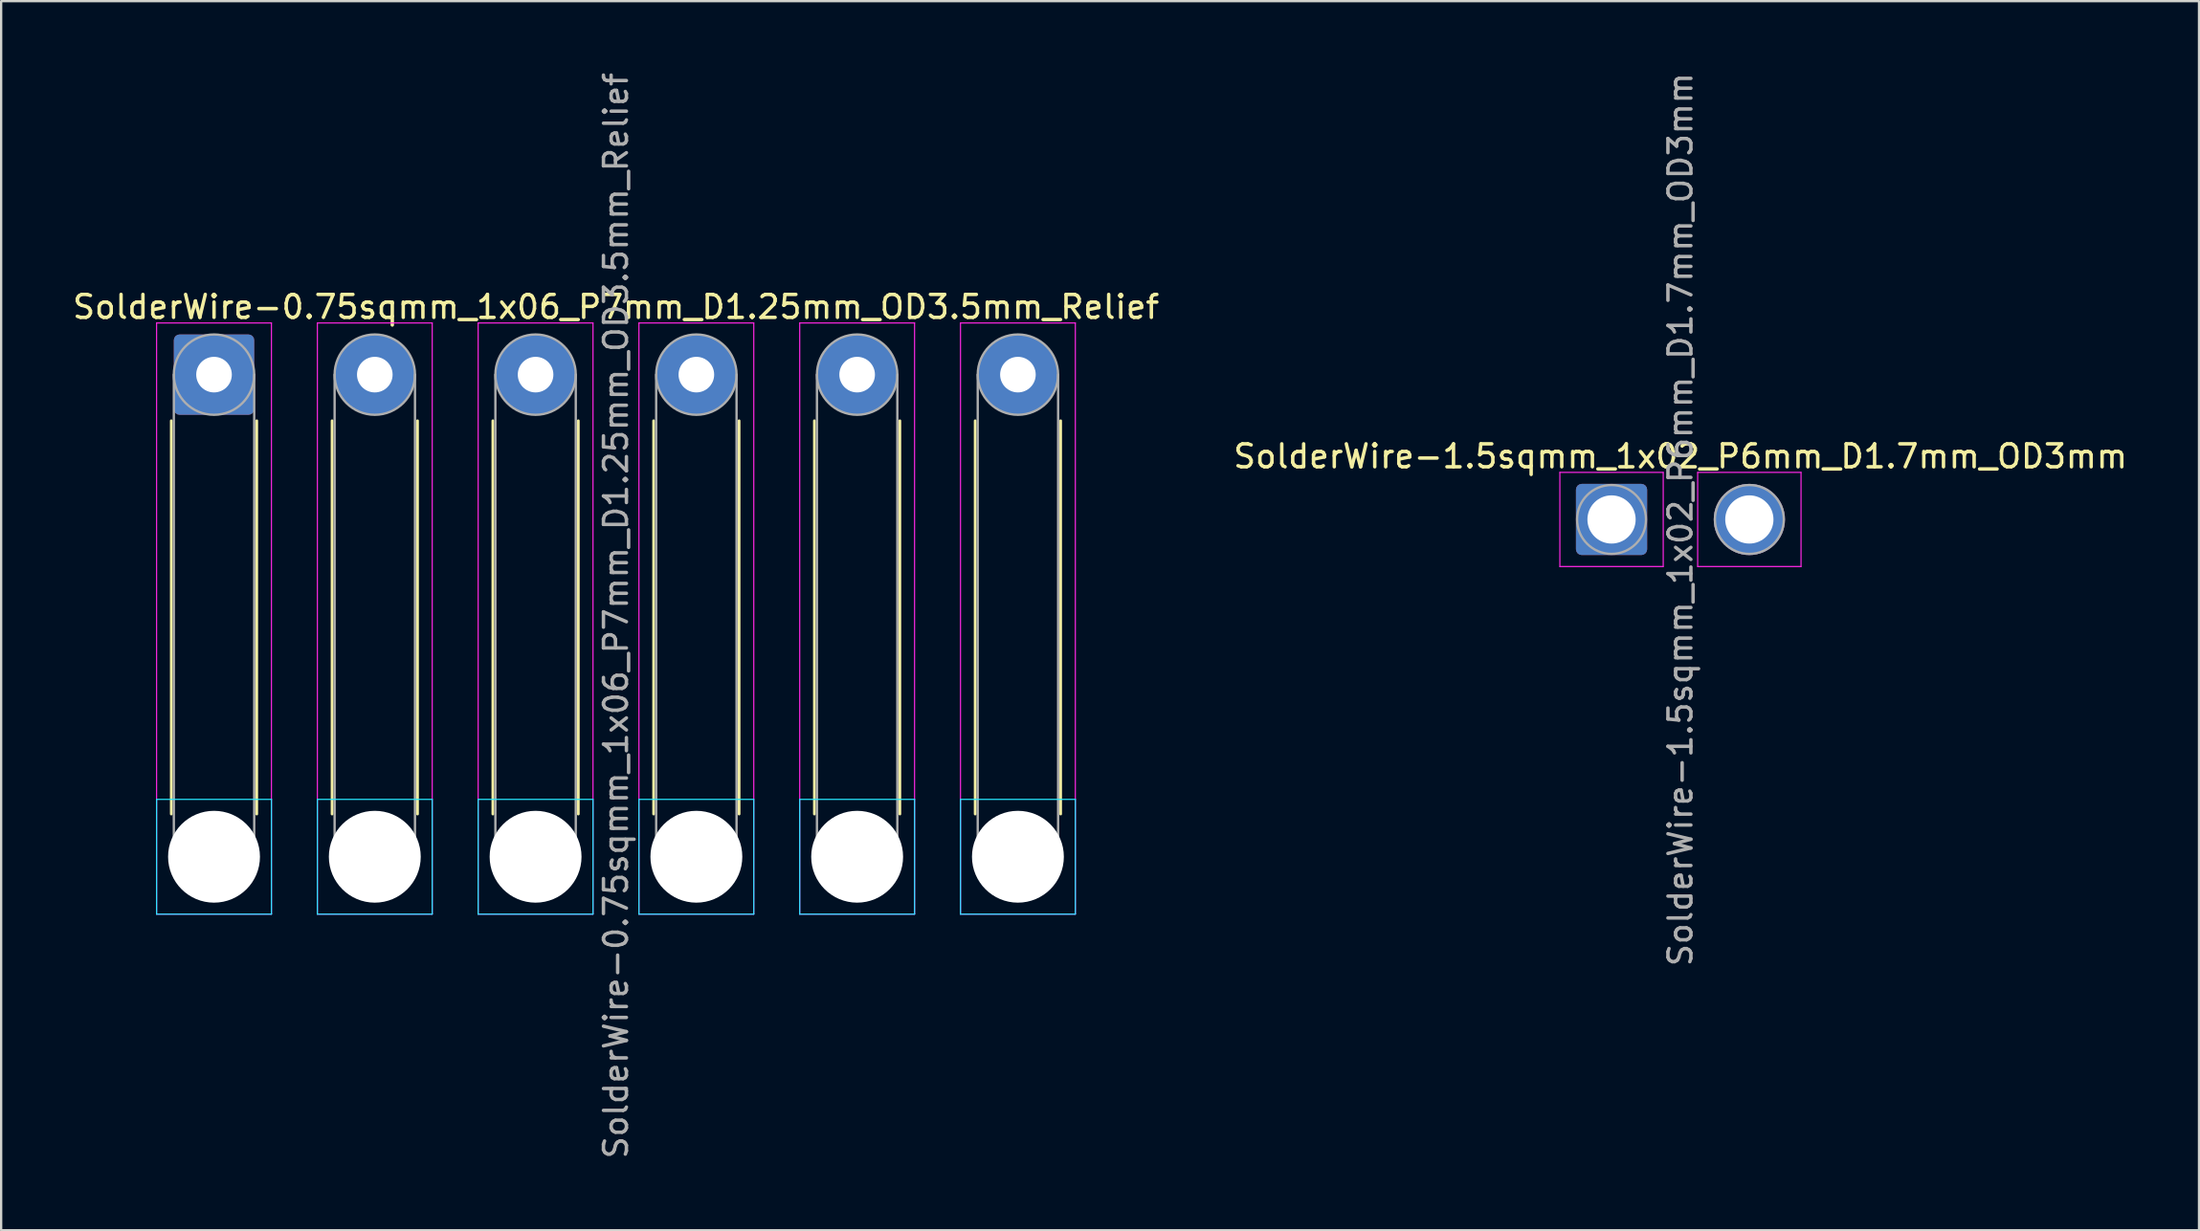
<source format=kicad_pcb>
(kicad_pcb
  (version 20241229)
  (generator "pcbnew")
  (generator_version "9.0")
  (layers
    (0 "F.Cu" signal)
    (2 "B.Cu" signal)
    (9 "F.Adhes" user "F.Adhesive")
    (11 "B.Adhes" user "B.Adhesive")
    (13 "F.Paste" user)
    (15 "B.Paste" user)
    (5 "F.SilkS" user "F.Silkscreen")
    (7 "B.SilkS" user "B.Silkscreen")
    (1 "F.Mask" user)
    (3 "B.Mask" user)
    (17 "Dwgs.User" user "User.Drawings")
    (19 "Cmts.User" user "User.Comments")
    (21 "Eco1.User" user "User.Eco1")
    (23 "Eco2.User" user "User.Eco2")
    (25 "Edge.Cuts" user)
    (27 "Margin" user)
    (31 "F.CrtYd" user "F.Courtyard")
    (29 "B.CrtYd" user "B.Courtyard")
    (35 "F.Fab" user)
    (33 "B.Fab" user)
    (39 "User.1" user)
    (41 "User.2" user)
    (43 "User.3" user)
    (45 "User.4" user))
  (footprint "SolderWire-0.75sqmm_1x06_P7mm_D1.25mm_OD3.5mm_Relief"
    (layer "F.Cu")
    (at 6.268 13.268)
    (property "Reference" "SolderWire-0.75sqmm_1x06_P7mm_D1.25mm_OD3.5mm_Relief" (at 17.5 -2.95 0) (layer "F.SilkS") (effects (font (size 1 1) (thickness 0.15))))
    (attr exclude_from_pos_files exclude_from_bom)
    (fp_line (start -1.86 2.01) (end -1.86 19.14) (stroke (width 0.12) (type solid)) (layer "F.SilkS"))
    (fp_line (start 1.86 2.01) (end 1.86 19.14) (stroke (width 0.12) (type solid)) (layer "F.SilkS"))
    (fp_line (start 5.14 2.01) (end 5.14 19.14) (stroke (width 0.12) (type solid)) (layer "F.SilkS"))
    (fp_line (start 8.86 2.01) (end 8.86 19.14) (stroke (width 0.12) (type solid)) (layer "F.SilkS"))
    (fp_line (start 12.14 2.01) (end 12.14 19.14) (stroke (width 0.12) (type solid)) (layer "F.SilkS"))
    (fp_line (start 15.86 2.01) (end 15.86 19.14) (stroke (width 0.12) (type solid)) (layer "F.SilkS"))
    (fp_line (start 19.14 2.01) (end 19.14 19.14) (stroke (width 0.12) (type solid)) (layer "F.SilkS"))
    (fp_line (start 22.86 2.01) (end 22.86 19.14) (stroke (width 0.12) (type solid)) (layer "F.SilkS"))
    (fp_line (start 26.14 2.01) (end 26.14 19.14) (stroke (width 0.12) (type solid)) (layer "F.SilkS"))
    (fp_line (start 29.86 2.01) (end 29.86 19.14) (stroke (width 0.12) (type solid)) (layer "F.SilkS"))
    (fp_line (start 33.14 2.01) (end 33.14 19.14) (stroke (width 0.12) (type solid)) (layer "F.SilkS"))
    (fp_line (start 36.86 2.01) (end 36.86 19.14) (stroke (width 0.12) (type solid)) (layer "F.SilkS"))
    (fp_line (start -2.5 18.5) (end -2.5 23.5) (stroke (width 0.05) (type solid)) (layer "B.CrtYd"))
    (fp_line (start -2.5 23.5) (end 2.5 23.5) (stroke (width 0.05) (type solid)) (layer "B.CrtYd"))
    (fp_line (start 2.5 18.5) (end -2.5 18.5) (stroke (width 0.05) (type solid)) (layer "B.CrtYd"))
    (fp_line (start 2.5 23.5) (end 2.5 18.5) (stroke (width 0.05) (type solid)) (layer "B.CrtYd"))
    (fp_line (start 4.5 18.5) (end 4.5 23.5) (stroke (width 0.05) (type solid)) (layer "B.CrtYd"))
    (fp_line (start 4.5 23.5) (end 9.5 23.5) (stroke (width 0.05) (type solid)) (layer "B.CrtYd"))
    (fp_line (start 9.5 18.5) (end 4.5 18.5) (stroke (width 0.05) (type solid)) (layer "B.CrtYd"))
    (fp_line (start 9.5 23.5) (end 9.5 18.5) (stroke (width 0.05) (type solid)) (layer "B.CrtYd"))
    (fp_line (start 11.5 18.5) (end 11.5 23.5) (stroke (width 0.05) (type solid)) (layer "B.CrtYd"))
    (fp_line (start 11.5 23.5) (end 16.5 23.5) (stroke (width 0.05) (type solid)) (layer "B.CrtYd"))
    (fp_line (start 16.5 18.5) (end 11.5 18.5) (stroke (width 0.05) (type solid)) (layer "B.CrtYd"))
    (fp_line (start 16.5 23.5) (end 16.5 18.5) (stroke (width 0.05) (type solid)) (layer "B.CrtYd"))
    (fp_line (start 18.5 18.5) (end 18.5 23.5) (stroke (width 0.05) (type solid)) (layer "B.CrtYd"))
    (fp_line (start 18.5 23.5) (end 23.5 23.5) (stroke (width 0.05) (type solid)) (layer "B.CrtYd"))
    (fp_line (start 23.5 18.5) (end 18.5 18.5) (stroke (width 0.05) (type solid)) (layer "B.CrtYd"))
    (fp_line (start 23.5 23.5) (end 23.5 18.5) (stroke (width 0.05) (type solid)) (layer "B.CrtYd"))
    (fp_line (start 25.5 18.5) (end 25.5 23.5) (stroke (width 0.05) (type solid)) (layer "B.CrtYd"))
    (fp_line (start 25.5 23.5) (end 30.5 23.5) (stroke (width 0.05) (type solid)) (layer "B.CrtYd"))
    (fp_line (start 30.5 18.5) (end 25.5 18.5) (stroke (width 0.05) (type solid)) (layer "B.CrtYd"))
    (fp_line (start 30.5 23.5) (end 30.5 18.5) (stroke (width 0.05) (type solid)) (layer "B.CrtYd"))
    (fp_line (start 32.5 18.5) (end 32.5 23.5) (stroke (width 0.05) (type solid)) (layer "B.CrtYd"))
    (fp_line (start 32.5 23.5) (end 37.5 23.5) (stroke (width 0.05) (type solid)) (layer "B.CrtYd"))
    (fp_line (start 37.5 18.5) (end 32.5 18.5) (stroke (width 0.05) (type solid)) (layer "B.CrtYd"))
    (fp_line (start 37.5 23.5) (end 37.5 18.5) (stroke (width 0.05) (type solid)) (layer "B.CrtYd"))
    (fp_line (start -2.5 -2.25) (end -2.5 23.5) (stroke (width 0.05) (type solid)) (layer "F.CrtYd"))
    (fp_line (start -2.5 23.5) (end 2.5 23.5) (stroke (width 0.05) (type solid)) (layer "F.CrtYd"))
    (fp_line (start 2.5 -2.25) (end -2.5 -2.25) (stroke (width 0.05) (type solid)) (layer "F.CrtYd"))
    (fp_line (start 2.5 23.5) (end 2.5 -2.25) (stroke (width 0.05) (type solid)) (layer "F.CrtYd"))
    (fp_line (start 4.5 -2.25) (end 4.5 23.5) (stroke (width 0.05) (type solid)) (layer "F.CrtYd"))
    (fp_line (start 4.5 23.5) (end 9.5 23.5) (stroke (width 0.05) (type solid)) (layer "F.CrtYd"))
    (fp_line (start 9.5 -2.25) (end 4.5 -2.25) (stroke (width 0.05) (type solid)) (layer "F.CrtYd"))
    (fp_line (start 9.5 23.5) (end 9.5 -2.25) (stroke (width 0.05) (type solid)) (layer "F.CrtYd"))
    (fp_line (start 11.5 -2.25) (end 11.5 23.5) (stroke (width 0.05) (type solid)) (layer "F.CrtYd"))
    (fp_line (start 11.5 23.5) (end 16.5 23.5) (stroke (width 0.05) (type solid)) (layer "F.CrtYd"))
    (fp_line (start 16.5 -2.25) (end 11.5 -2.25) (stroke (width 0.05) (type solid)) (layer "F.CrtYd"))
    (fp_line (start 16.5 23.5) (end 16.5 -2.25) (stroke (width 0.05) (type solid)) (layer "F.CrtYd"))
    (fp_line (start 18.5 -2.25) (end 18.5 23.5) (stroke (width 0.05) (type solid)) (layer "F.CrtYd"))
    (fp_line (start 18.5 23.5) (end 23.5 23.5) (stroke (width 0.05) (type solid)) (layer "F.CrtYd"))
    (fp_line (start 23.5 -2.25) (end 18.5 -2.25) (stroke (width 0.05) (type solid)) (layer "F.CrtYd"))
    (fp_line (start 23.5 23.5) (end 23.5 -2.25) (stroke (width 0.05) (type solid)) (layer "F.CrtYd"))
    (fp_line (start 25.5 -2.25) (end 25.5 23.5) (stroke (width 0.05) (type solid)) (layer "F.CrtYd"))
    (fp_line (start 25.5 23.5) (end 30.5 23.5) (stroke (width 0.05) (type solid)) (layer "F.CrtYd"))
    (fp_line (start 30.5 -2.25) (end 25.5 -2.25) (stroke (width 0.05) (type solid)) (layer "F.CrtYd"))
    (fp_line (start 30.5 23.5) (end 30.5 -2.25) (stroke (width 0.05) (type solid)) (layer "F.CrtYd"))
    (fp_line (start 32.5 -2.25) (end 32.5 23.5) (stroke (width 0.05) (type solid)) (layer "F.CrtYd"))
    (fp_line (start 32.5 23.5) (end 37.5 23.5) (stroke (width 0.05) (type solid)) (layer "F.CrtYd"))
    (fp_line (start 37.5 -2.25) (end 32.5 -2.25) (stroke (width 0.05) (type solid)) (layer "F.CrtYd"))
    (fp_line (start 37.5 23.5) (end 37.5 -2.25) (stroke (width 0.05) (type solid)) (layer "F.CrtYd"))
    (fp_line (start -1.75 0) (end -1.75 21) (stroke (width 0.1) (type solid)) (layer "F.Fab"))
    (fp_line (start 1.75 0) (end 1.75 21) (stroke (width 0.1) (type solid)) (layer "F.Fab"))
    (fp_line (start 5.25 0) (end 5.25 21) (stroke (width 0.1) (type solid)) (layer "F.Fab"))
    (fp_line (start 8.75 0) (end 8.75 21) (stroke (width 0.1) (type solid)) (layer "F.Fab"))
    (fp_line (start 12.25 0) (end 12.25 21) (stroke (width 0.1) (type solid)) (layer "F.Fab"))
    (fp_line (start 15.75 0) (end 15.75 21) (stroke (width 0.1) (type solid)) (layer "F.Fab"))
    (fp_line (start 19.25 0) (end 19.25 21) (stroke (width 0.1) (type solid)) (layer "F.Fab"))
    (fp_line (start 22.75 0) (end 22.75 21) (stroke (width 0.1) (type solid)) (layer "F.Fab"))
    (fp_line (start 26.25 0) (end 26.25 21) (stroke (width 0.1) (type solid)) (layer "F.Fab"))
    (fp_line (start 29.75 0) (end 29.75 21) (stroke (width 0.1) (type solid)) (layer "F.Fab"))
    (fp_line (start 33.25 0) (end 33.25 21) (stroke (width 0.1) (type solid)) (layer "F.Fab"))
    (fp_line (start 36.75 0) (end 36.75 21) (stroke (width 0.1) (type solid)) (layer "F.Fab"))
    (fp_circle (center 0 0) (end 1.75 0) (stroke (width 0.1) (type solid)) (fill no) (layer "F.Fab"))
    (fp_circle (center 0 21) (end 1.75 21) (stroke (width 0.1) (type solid)) (fill no) (layer "F.Fab"))
    (fp_circle (center 7 0) (end 8.75 0) (stroke (width 0.1) (type solid)) (fill no) (layer "F.Fab"))
    (fp_circle (center 7 21) (end 8.75 21) (stroke (width 0.1) (type solid)) (fill no) (layer "F.Fab"))
    (fp_circle (center 14 0) (end 15.75 0) (stroke (width 0.1) (type solid)) (fill no) (layer "F.Fab"))
    (fp_circle (center 14 21) (end 15.75 21) (stroke (width 0.1) (type solid)) (fill no) (layer "F.Fab"))
    (fp_circle (center 21 0) (end 22.75 0) (stroke (width 0.1) (type solid)) (fill no) (layer "F.Fab"))
    (fp_circle (center 21 21) (end 22.75 21) (stroke (width 0.1) (type solid)) (fill no) (layer "F.Fab"))
    (fp_circle (center 28 0) (end 29.75 0) (stroke (width 0.1) (type solid)) (fill no) (layer "F.Fab"))
    (fp_circle (center 28 21) (end 29.75 21) (stroke (width 0.1) (type solid)) (fill no) (layer "F.Fab"))
    (fp_circle (center 35 0) (end 36.75 0) (stroke (width 0.1) (type solid)) (fill no) (layer "F.Fab"))
    (fp_circle (center 35 21) (end 36.75 21) (stroke (width 0.1) (type solid)) (fill no) (layer "F.Fab"))
    (fp_text user "${REFERENCE}" (at 17.5 10.5 90) (layer "F.Fab") (effects (font (size 1 1) (thickness 0.15))))
    (pad "" np_thru_hole circle (at 0 21) (size 4 4) (drill 4) (layers "*.Cu" "*.Mask"))
    (pad "" np_thru_hole circle (at 7 21) (size 4 4) (drill 4) (layers "*.Cu" "*.Mask"))
    (pad "" np_thru_hole circle (at 14 21) (size 4 4) (drill 4) (layers "*.Cu" "*.Mask"))
    (pad "" np_thru_hole circle (at 21 21) (size 4 4) (drill 4) (layers "*.Cu" "*.Mask"))
    (pad "" np_thru_hole circle (at 28 21) (size 4 4) (drill 4) (layers "*.Cu" "*.Mask"))
    (pad "" np_thru_hole circle (at 35 21) (size 4 4) (drill 4) (layers "*.Cu" "*.Mask"))
    (pad "1" thru_hole roundrect (at 0 0) (size 3.5 3.5) (drill 1.55) (layers "*.Cu" "*.Mask") (roundrect_rratio 0.071))
    (pad "2" thru_hole circle (at 7 0) (size 3.5 3.5) (drill 1.55) (layers "*.Cu" "*.Mask"))
    (pad "3" thru_hole circle (at 14 0) (size 3.5 3.5) (drill 1.55) (layers "*.Cu" "*.Mask"))
    (pad "4" thru_hole circle (at 21 0) (size 3.5 3.5) (drill 1.55) (layers "*.Cu" "*.Mask"))
    (pad "5" thru_hole circle (at 28 0) (size 3.5 3.5) (drill 1.55) (layers "*.Cu" "*.Mask"))
    (pad "6" thru_hole circle (at 35 0) (size 3.5 3.5) (drill 1.55) (layers "*.Cu" "*.Mask")))
  (footprint "SolderWire-1.5sqmm_1x02_P6mm_D1.7mm_OD3mm"
    (layer "F.Cu")
    (at 67.113 19.577)
    (property "Reference" "SolderWire-1.5sqmm_1x02_P6mm_D1.7mm_OD3mm" (at 3 -2.75 0) (layer "F.SilkS") (effects (font (size 1 1) (thickness 0.15))))
    (attr exclude_from_pos_files exclude_from_bom)
    (fp_line (start -2.25 -2.05) (end -2.25 2.05) (stroke (width 0.05) (type solid)) (layer "F.CrtYd"))
    (fp_line (start -2.25 2.05) (end 2.25 2.05) (stroke (width 0.05) (type solid)) (layer "F.CrtYd"))
    (fp_line (start 2.25 -2.05) (end -2.25 -2.05) (stroke (width 0.05) (type solid)) (layer "F.CrtYd"))
    (fp_line (start 2.25 2.05) (end 2.25 -2.05) (stroke (width 0.05) (type solid)) (layer "F.CrtYd"))
    (fp_line (start 3.75 -2.05) (end 3.75 2.05) (stroke (width 0.05) (type solid)) (layer "F.CrtYd"))
    (fp_line (start 3.75 2.05) (end 8.25 2.05) (stroke (width 0.05) (type solid)) (layer "F.CrtYd"))
    (fp_line (start 8.25 -2.05) (end 3.75 -2.05) (stroke (width 0.05) (type solid)) (layer "F.CrtYd"))
    (fp_line (start 8.25 2.05) (end 8.25 -2.05) (stroke (width 0.05) (type solid)) (layer "F.CrtYd"))
    (fp_circle (center 0 0) (end 1.5 0) (stroke (width 0.1) (type solid)) (fill no) (layer "F.Fab"))
    (fp_circle (center 6 0) (end 7.5 0) (stroke (width 0.1) (type solid)) (fill no) (layer "F.Fab"))
    (fp_text user "${REFERENCE}" (at 3 0 90) (layer "F.Fab") (effects (font (size 1 1) (thickness 0.15))))
    (pad "1" thru_hole roundrect (at 0 0) (size 3.1 3.1) (drill 2.1) (layers "*.Cu" "*.Mask") (roundrect_rratio 0.081))
    (pad "2" thru_hole circle (at 6 0) (size 3.1 3.1) (drill 2.1) (layers "*.Cu" "*.Mask")))
  (gr_rect
    (start -3 -3)
    (end 92.69 50.536)
    (stroke (width 0.1) (type default))
    (fill no)
    (layer "Edge.Cuts")))
</source>
